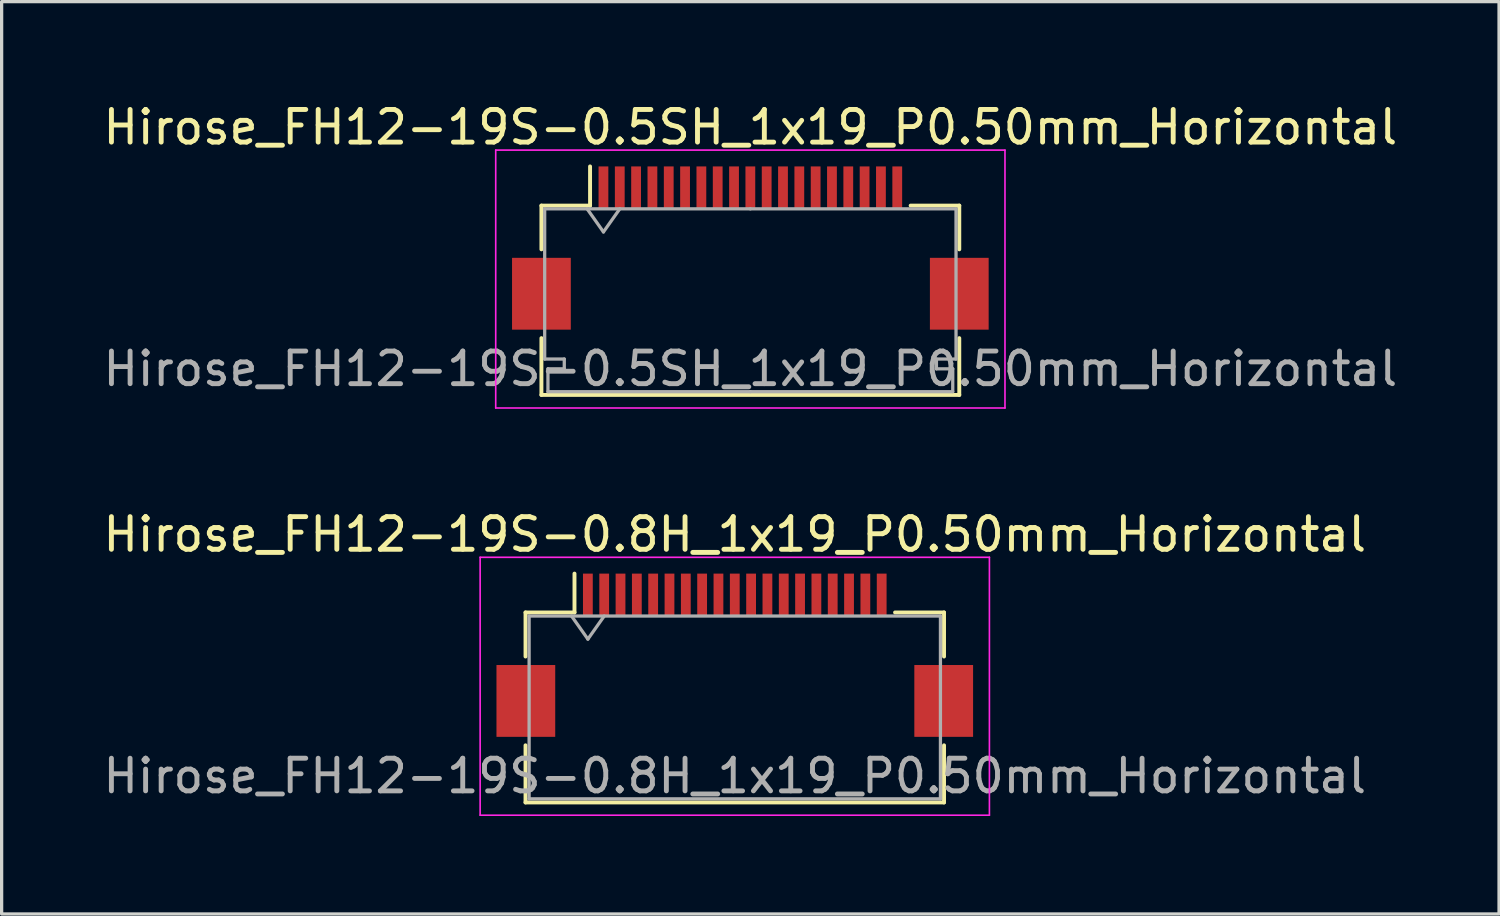
<source format=kicad_pcb>
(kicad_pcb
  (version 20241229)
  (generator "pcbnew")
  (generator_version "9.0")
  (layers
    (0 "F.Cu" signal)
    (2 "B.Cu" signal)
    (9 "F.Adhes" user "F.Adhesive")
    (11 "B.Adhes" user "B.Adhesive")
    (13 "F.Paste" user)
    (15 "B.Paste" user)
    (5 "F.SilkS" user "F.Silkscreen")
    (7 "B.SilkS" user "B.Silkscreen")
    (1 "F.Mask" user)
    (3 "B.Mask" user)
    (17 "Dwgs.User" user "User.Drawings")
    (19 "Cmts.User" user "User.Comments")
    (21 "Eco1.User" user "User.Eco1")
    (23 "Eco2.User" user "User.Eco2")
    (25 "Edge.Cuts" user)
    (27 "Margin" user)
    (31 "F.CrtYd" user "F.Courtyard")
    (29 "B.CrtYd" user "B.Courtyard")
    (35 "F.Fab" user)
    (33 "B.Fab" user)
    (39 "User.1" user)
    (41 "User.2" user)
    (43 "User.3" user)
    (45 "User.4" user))
  (footprint "Hirose_FH12-19S-0.8H_1x19_P0.50mm_Horizontal"
    (layer "F.Cu")
    (at 19.458 17.021)
    (property "Reference" "Hirose_FH12-19S-0.8H_1x19_P0.50mm_Horizontal" (at 0 -3.7 0) (layer "F.SilkS") (effects (font (size 1 1) (thickness 0.15))))
    (attr smd)
    (fp_line (start -6.41 -1.31) (end -4.91 -1.31) (stroke (width 0.12) (type solid)) (layer "F.SilkS"))
    (fp_line (start -6.41 0.04) (end -6.41 -1.31) (stroke (width 0.12) (type solid)) (layer "F.SilkS"))
    (fp_line (start -6.41 2.76) (end -6.41 4.51) (stroke (width 0.12) (type solid)) (layer "F.SilkS"))
    (fp_line (start -6.41 4.51) (end 6.41 4.51) (stroke (width 0.12) (type solid)) (layer "F.SilkS"))
    (fp_line (start -4.91 -1.31) (end -4.91 -2.5) (stroke (width 0.12) (type solid)) (layer "F.SilkS"))
    (fp_line (start 6.41 -1.31) (end 4.91 -1.31) (stroke (width 0.12) (type solid)) (layer "F.SilkS"))
    (fp_line (start 6.41 0.04) (end 6.41 -1.31) (stroke (width 0.12) (type solid)) (layer "F.SilkS"))
    (fp_line (start 6.41 4.51) (end 6.41 2.76) (stroke (width 0.12) (type solid)) (layer "F.SilkS"))
    (fp_line (start -7.8 -3) (end -7.8 4.9) (stroke (width 0.05) (type solid)) (layer "F.CrtYd"))
    (fp_line (start -7.8 4.9) (end 7.8 4.9) (stroke (width 0.05) (type solid)) (layer "F.CrtYd"))
    (fp_line (start 7.8 -3) (end -7.8 -3) (stroke (width 0.05) (type solid)) (layer "F.CrtYd"))
    (fp_line (start 7.8 4.9) (end 7.8 -3) (stroke (width 0.05) (type solid)) (layer "F.CrtYd"))
    (fp_line (start -6.3 -1.2) (end -6.3 4.4) (stroke (width 0.1) (type solid)) (layer "F.Fab"))
    (fp_line (start -6.3 -1.2) (end 6.3 -1.2) (stroke (width 0.1) (type solid)) (layer "F.Fab"))
    (fp_line (start -6.3 4.4) (end 6.3 4.4) (stroke (width 0.1) (type solid)) (layer "F.Fab"))
    (fp_line (start -5 -1.2) (end -4.5 -0.493) (stroke (width 0.1) (type solid)) (layer "F.Fab"))
    (fp_line (start -4.5 -0.493) (end -4 -1.2) (stroke (width 0.1) (type solid)) (layer "F.Fab"))
    (fp_line (start 6.3 -1.2) (end 6.3 4.4) (stroke (width 0.1) (type solid)) (layer "F.Fab"))
    (fp_text user "${REFERENCE}" (at 0 3.7 0) (layer "F.Fab") (effects (font (size 1 1) (thickness 0.15))))
    (pad "" smd rect (at -6.4 1.4) (size 1.8 2.2) (layers "F.Cu" "F.Mask" "F.Paste"))
    (pad "" smd rect (at 6.4 1.4) (size 1.8 2.2) (layers "F.Cu" "F.Mask" "F.Paste"))
    (pad "1" smd rect (at -4.5 -1.85) (size 0.3 1.3) (layers "F.Cu" "F.Mask" "F.Paste"))
    (pad "2" smd rect (at -4 -1.85) (size 0.3 1.3) (layers "F.Cu" "F.Mask" "F.Paste"))
    (pad "3" smd rect (at -3.5 -1.85) (size 0.3 1.3) (layers "F.Cu" "F.Mask" "F.Paste"))
    (pad "4" smd rect (at -3 -1.85) (size 0.3 1.3) (layers "F.Cu" "F.Mask" "F.Paste"))
    (pad "5" smd rect (at -2.5 -1.85) (size 0.3 1.3) (layers "F.Cu" "F.Mask" "F.Paste"))
    (pad "6" smd rect (at -2 -1.85) (size 0.3 1.3) (layers "F.Cu" "F.Mask" "F.Paste"))
    (pad "7" smd rect (at -1.5 -1.85) (size 0.3 1.3) (layers "F.Cu" "F.Mask" "F.Paste"))
    (pad "8" smd rect (at -1 -1.85) (size 0.3 1.3) (layers "F.Cu" "F.Mask" "F.Paste"))
    (pad "9" smd rect (at -0.5 -1.85) (size 0.3 1.3) (layers "F.Cu" "F.Mask" "F.Paste"))
    (pad "10" smd rect (at 0 -1.85) (size 0.3 1.3) (layers "F.Cu" "F.Mask" "F.Paste"))
    (pad "11" smd rect (at 0.5 -1.85) (size 0.3 1.3) (layers "F.Cu" "F.Mask" "F.Paste"))
    (pad "12" smd rect (at 1 -1.85) (size 0.3 1.3) (layers "F.Cu" "F.Mask" "F.Paste"))
    (pad "13" smd rect (at 1.5 -1.85) (size 0.3 1.3) (layers "F.Cu" "F.Mask" "F.Paste"))
    (pad "14" smd rect (at 2 -1.85) (size 0.3 1.3) (layers "F.Cu" "F.Mask" "F.Paste"))
    (pad "15" smd rect (at 2.5 -1.85) (size 0.3 1.3) (layers "F.Cu" "F.Mask" "F.Paste"))
    (pad "16" smd rect (at 3 -1.85) (size 0.3 1.3) (layers "F.Cu" "F.Mask" "F.Paste"))
    (pad "17" smd rect (at 3.5 -1.85) (size 0.3 1.3) (layers "F.Cu" "F.Mask" "F.Paste"))
    (pad "18" smd rect (at 4 -1.85) (size 0.3 1.3) (layers "F.Cu" "F.Mask" "F.Paste"))
    (pad "19" smd rect (at 4.5 -1.85) (size 0.3 1.3) (layers "F.Cu" "F.Mask" "F.Paste")))
  (footprint "Hirose_FH12-19S-0.5SH_1x19_P0.50mm_Horizontal"
    (layer "F.Cu")
    (at 19.935 4.548)
    (property "Reference" "Hirose_FH12-19S-0.5SH_1x19_P0.50mm_Horizontal" (at 0 -3.7 0) (layer "F.SilkS") (effects (font (size 1 1) (thickness 0.15))))
    (attr smd)
    (fp_line (start -6.4 -1.3) (end -6.4 0.04) (stroke (width 0.12) (type solid)) (layer "F.SilkS"))
    (fp_line (start -6.4 2.76) (end -6.4 4.5) (stroke (width 0.12) (type solid)) (layer "F.SilkS"))
    (fp_line (start -6.4 4.5) (end 6.4 4.5) (stroke (width 0.12) (type solid)) (layer "F.SilkS"))
    (fp_line (start -4.91 -1.3) (end -6.4 -1.3) (stroke (width 0.12) (type solid)) (layer "F.SilkS"))
    (fp_line (start -4.91 -1.3) (end -4.91 -2.5) (stroke (width 0.12) (type solid)) (layer "F.SilkS"))
    (fp_line (start 4.91 -1.3) (end 6.4 -1.3) (stroke (width 0.12) (type solid)) (layer "F.SilkS"))
    (fp_line (start 6.4 -1.3) (end 6.4 0.04) (stroke (width 0.12) (type solid)) (layer "F.SilkS"))
    (fp_line (start 6.4 4.5) (end 6.4 2.76) (stroke (width 0.12) (type solid)) (layer "F.SilkS"))
    (fp_line (start -7.8 -3) (end -7.8 4.9) (stroke (width 0.05) (type solid)) (layer "F.CrtYd"))
    (fp_line (start -7.8 4.9) (end 7.8 4.9) (stroke (width 0.05) (type solid)) (layer "F.CrtYd"))
    (fp_line (start 7.8 -3) (end -7.8 -3) (stroke (width 0.05) (type solid)) (layer "F.CrtYd"))
    (fp_line (start 7.8 4.9) (end 7.8 -3) (stroke (width 0.05) (type solid)) (layer "F.CrtYd"))
    (fp_line (start -6.3 -1.2) (end -6.3 3.4) (stroke (width 0.1) (type solid)) (layer "F.Fab"))
    (fp_line (start -6.3 3.4) (end -5.7 3.4) (stroke (width 0.1) (type solid)) (layer "F.Fab"))
    (fp_line (start -6.2 3.7) (end -6.2 4.4) (stroke (width 0.1) (type solid)) (layer "F.Fab"))
    (fp_line (start -6.2 4.4) (end 0 4.4) (stroke (width 0.1) (type solid)) (layer "F.Fab"))
    (fp_line (start -5.7 3.4) (end -5.7 3.7) (stroke (width 0.1) (type solid)) (layer "F.Fab"))
    (fp_line (start -5.7 3.7) (end -6.2 3.7) (stroke (width 0.1) (type solid)) (layer "F.Fab"))
    (fp_line (start -5 -1.2) (end -4.5 -0.493) (stroke (width 0.1) (type solid)) (layer "F.Fab"))
    (fp_line (start -4.5 -0.493) (end -4 -1.2) (stroke (width 0.1) (type solid)) (layer "F.Fab"))
    (fp_line (start 0 -1.2) (end -6.3 -1.2) (stroke (width 0.1) (type solid)) (layer "F.Fab"))
    (fp_line (start 0 -1.2) (end 6.3 -1.2) (stroke (width 0.1) (type solid)) (layer "F.Fab"))
    (fp_line (start 5.7 3.4) (end 5.7 3.7) (stroke (width 0.1) (type solid)) (layer "F.Fab"))
    (fp_line (start 5.7 3.7) (end 6.2 3.7) (stroke (width 0.1) (type solid)) (layer "F.Fab"))
    (fp_line (start 6.2 3.7) (end 6.2 4.4) (stroke (width 0.1) (type solid)) (layer "F.Fab"))
    (fp_line (start 6.2 4.4) (end 0 4.4) (stroke (width 0.1) (type solid)) (layer "F.Fab"))
    (fp_line (start 6.3 -1.2) (end 6.3 3.4) (stroke (width 0.1) (type solid)) (layer "F.Fab"))
    (fp_line (start 6.3 3.4) (end 5.7 3.4) (stroke (width 0.1) (type solid)) (layer "F.Fab"))
    (fp_text user "${REFERENCE}" (at 0 3.7 0) (layer "F.Fab") (effects (font (size 1 1) (thickness 0.15))))
    (pad "" smd rect (at -6.4 1.4) (size 1.8 2.2) (layers "F.Cu" "F.Mask" "F.Paste"))
    (pad "" smd rect (at 6.4 1.4) (size 1.8 2.2) (layers "F.Cu" "F.Mask" "F.Paste"))
    (pad "1" smd rect (at -4.5 -1.85) (size 0.3 1.3) (layers "F.Cu" "F.Mask" "F.Paste"))
    (pad "2" smd rect (at -4 -1.85) (size 0.3 1.3) (layers "F.Cu" "F.Mask" "F.Paste"))
    (pad "3" smd rect (at -3.5 -1.85) (size 0.3 1.3) (layers "F.Cu" "F.Mask" "F.Paste"))
    (pad "4" smd rect (at -3 -1.85) (size 0.3 1.3) (layers "F.Cu" "F.Mask" "F.Paste"))
    (pad "5" smd rect (at -2.5 -1.85) (size 0.3 1.3) (layers "F.Cu" "F.Mask" "F.Paste"))
    (pad "6" smd rect (at -2 -1.85) (size 0.3 1.3) (layers "F.Cu" "F.Mask" "F.Paste"))
    (pad "7" smd rect (at -1.5 -1.85) (size 0.3 1.3) (layers "F.Cu" "F.Mask" "F.Paste"))
    (pad "8" smd rect (at -1 -1.85) (size 0.3 1.3) (layers "F.Cu" "F.Mask" "F.Paste"))
    (pad "9" smd rect (at -0.5 -1.85) (size 0.3 1.3) (layers "F.Cu" "F.Mask" "F.Paste"))
    (pad "10" smd rect (at 0 -1.85) (size 0.3 1.3) (layers "F.Cu" "F.Mask" "F.Paste"))
    (pad "11" smd rect (at 0.5 -1.85) (size 0.3 1.3) (layers "F.Cu" "F.Mask" "F.Paste"))
    (pad "12" smd rect (at 1 -1.85) (size 0.3 1.3) (layers "F.Cu" "F.Mask" "F.Paste"))
    (pad "13" smd rect (at 1.5 -1.85) (size 0.3 1.3) (layers "F.Cu" "F.Mask" "F.Paste"))
    (pad "14" smd rect (at 2 -1.85) (size 0.3 1.3) (layers "F.Cu" "F.Mask" "F.Paste"))
    (pad "15" smd rect (at 2.5 -1.85) (size 0.3 1.3) (layers "F.Cu" "F.Mask" "F.Paste"))
    (pad "16" smd rect (at 3 -1.85) (size 0.3 1.3) (layers "F.Cu" "F.Mask" "F.Paste"))
    (pad "17" smd rect (at 3.5 -1.85) (size 0.3 1.3) (layers "F.Cu" "F.Mask" "F.Paste"))
    (pad "18" smd rect (at 4 -1.85) (size 0.3 1.3) (layers "F.Cu" "F.Mask" "F.Paste"))
    (pad "19" smd rect (at 4.5 -1.85) (size 0.3 1.3) (layers "F.Cu" "F.Mask" "F.Paste")))
  (gr_rect
    (start -3 -3)
    (end 42.869 24.947)
    (stroke (width 0.1) (type default))
    (fill no)
    (layer "Edge.Cuts")))
</source>
